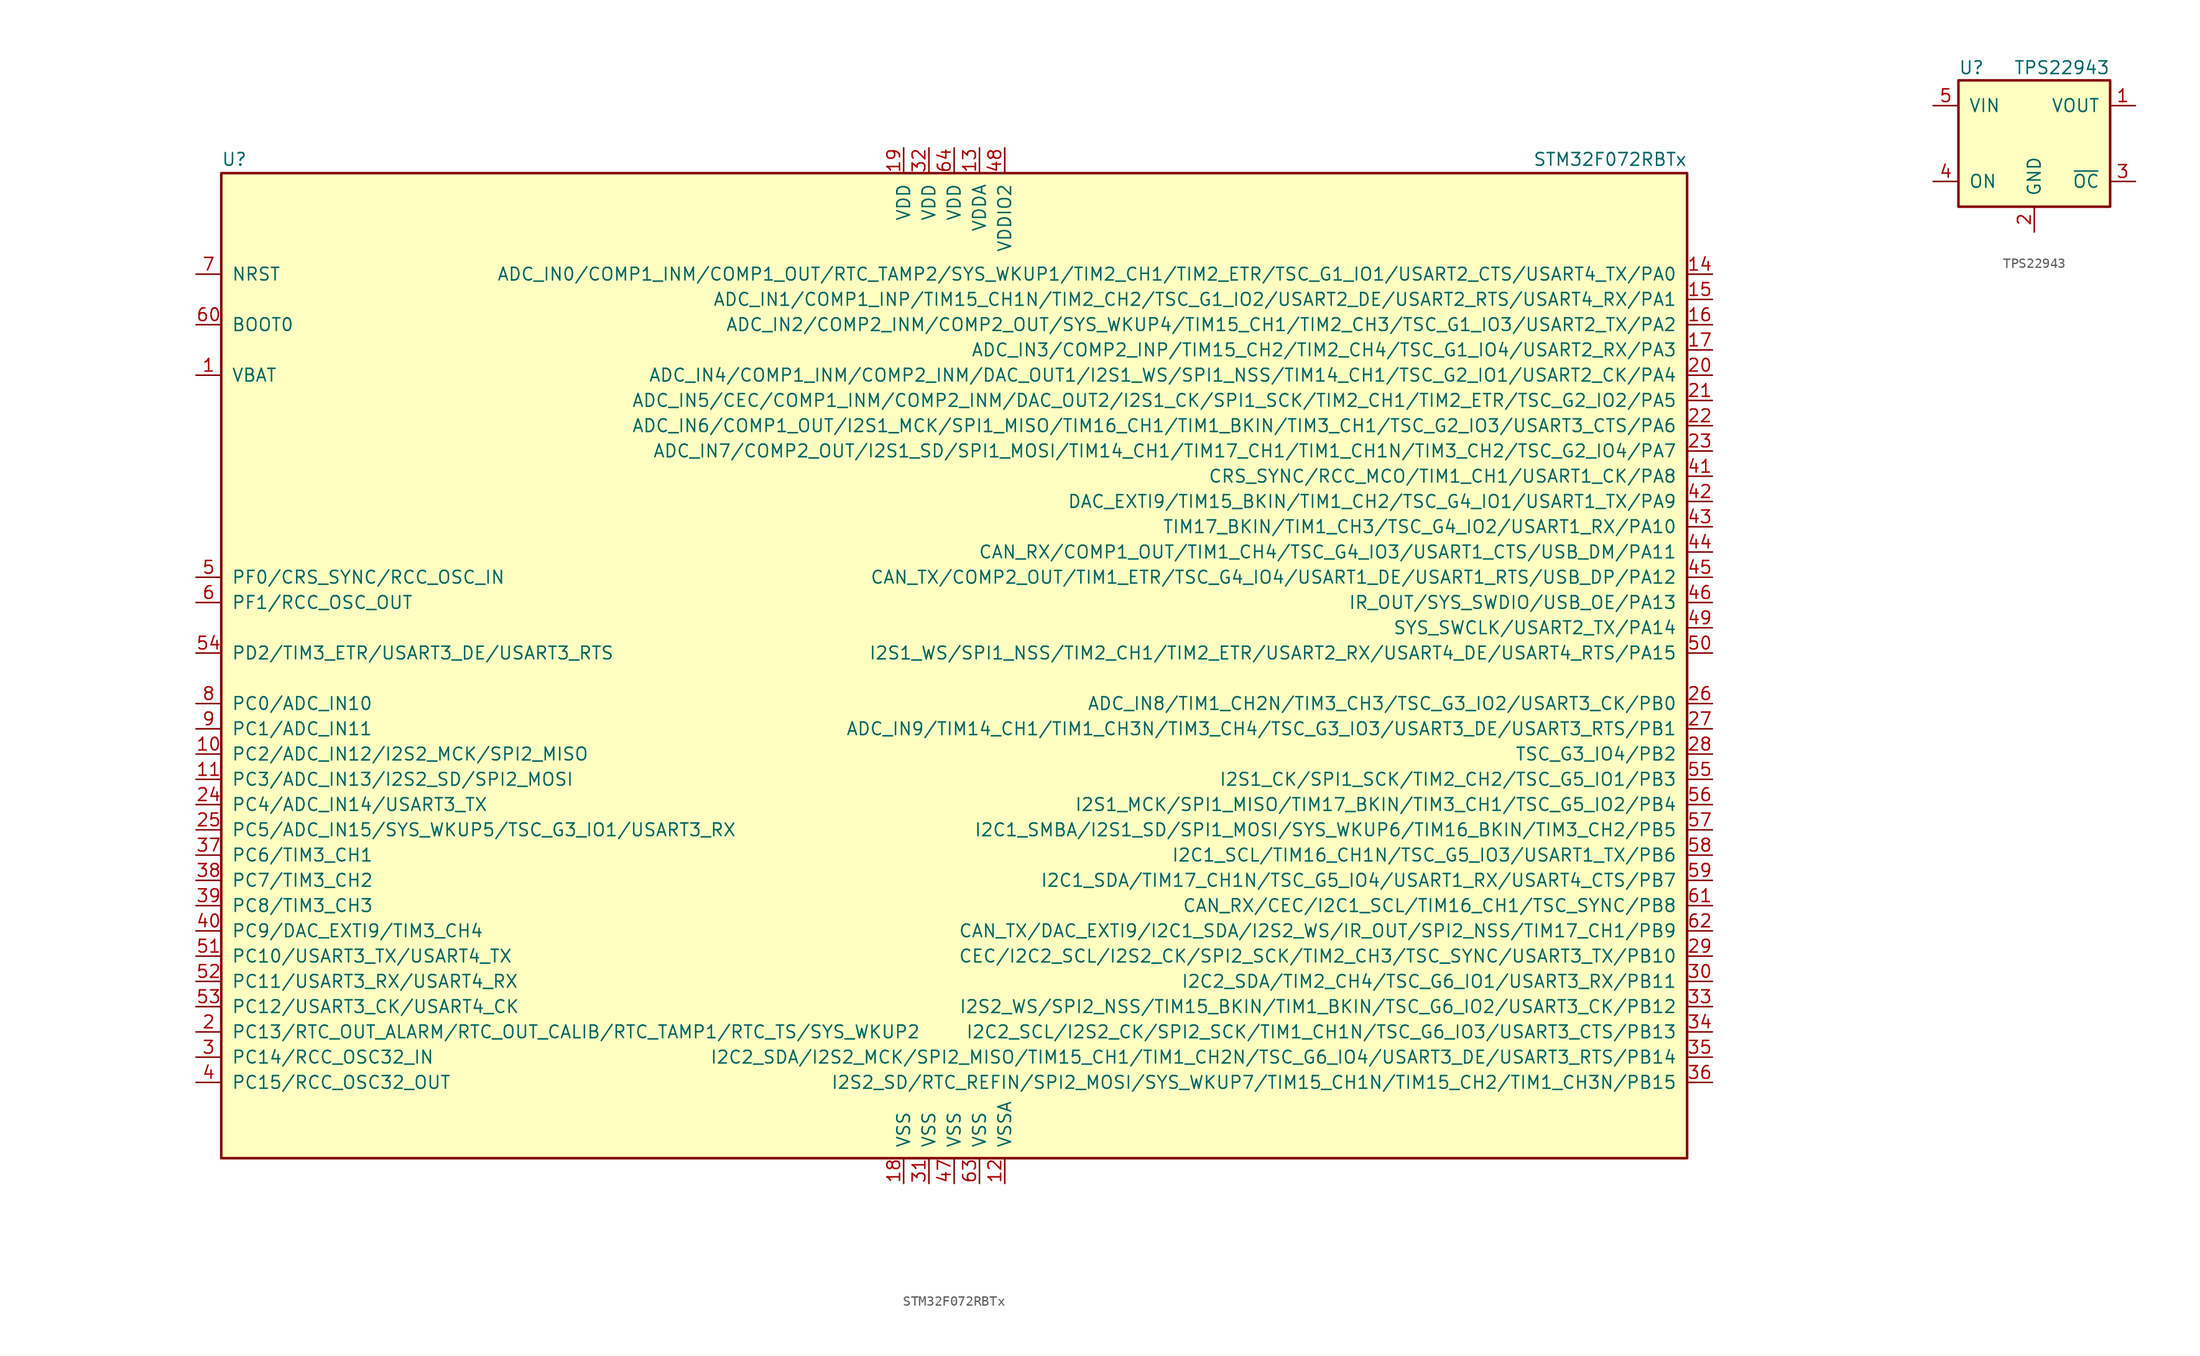
<source format=kicad_sym>
(kicad_symbol_lib
  (version 20231120)
  (generator "kicad_symbol_editor")
  (generator_version "8.0")
  (symbol "STM32F072RBTx"
    (pin_names
      (offset 1.016))
    (property "Reference" "U"
      (at -73.66 51.435 0)
      (effects (font (size 1.27 1.27)) (justify left bottom)))
    (property "Value" "STM32F072RBTx"
      (at 73.66 51.435 0)
      (effects (font (size 1.27 1.27)) (justify right bottom)))
    (property "ki_locked" ""
      (at 0 0 0)
      (effects (font (size 1.27 1.27))))
    (symbol "STM32F072RBTx_0_1"
      (rectangle (start -73.66 -48.26) (end 73.66 50.8) (stroke (width 0.254) (type solid)) (fill (type background))))
    (symbol "STM32F072RBTx_1_1"
      (pin power_in line (at -76.2 30.48 0) (length 2.54) (name "VBAT" (effects (font (size 1.27 1.27)))) (number "1" (effects (font (size 1.27 1.27)))))
      (pin bidirectional line (at -76.2 -7.62 0) (length 2.54) (name "PC2/ADC_IN12/I2S2_MCK/SPI2_MISO" (effects (font (size 1.27 1.27)))) (number "10" (effects (font (size 1.27 1.27)))))
      (pin bidirectional line (at -76.2 -10.16 0) (length 2.54) (name "PC3/ADC_IN13/I2S2_SD/SPI2_MOSI" (effects (font (size 1.27 1.27)))) (number "11" (effects (font (size 1.27 1.27)))))
      (pin power_in line (at 5.08 -50.8 90) (length 2.54) (name "VSSA" (effects (font (size 1.27 1.27)))) (number "12" (effects (font (size 1.27 1.27)))))
      (pin power_in line (at 2.54 53.34 270) (length 2.54) (name "VDDA" (effects (font (size 1.27 1.27)))) (number "13" (effects (font (size 1.27 1.27)))))
      (pin bidirectional line (at 76.2 40.64 180) (length 2.54) (name "ADC_IN0/COMP1_INM/COMP1_OUT/RTC_TAMP2/SYS_WKUP1/TIM2_CH1/TIM2_ETR/TSC_G1_IO1/USART2_CTS/USART4_TX/PA0" (effects (font (size 1.27 1.27)))) (number "14" (effects (font (size 1.27 1.27)))))
      (pin bidirectional line (at 76.2 38.1 180) (length 2.54) (name "ADC_IN1/COMP1_INP/TIM15_CH1N/TIM2_CH2/TSC_G1_IO2/USART2_DE/USART2_RTS/USART4_RX/PA1" (effects (font (size 1.27 1.27)))) (number "15" (effects (font (size 1.27 1.27)))))
      (pin bidirectional line (at 76.2 35.56 180) (length 2.54) (name "ADC_IN2/COMP2_INM/COMP2_OUT/SYS_WKUP4/TIM15_CH1/TIM2_CH3/TSC_G1_IO3/USART2_TX/PA2" (effects (font (size 1.27 1.27)))) (number "16" (effects (font (size 1.27 1.27)))))
      (pin bidirectional line (at 76.2 33.02 180) (length 2.54) (name "ADC_IN3/COMP2_INP/TIM15_CH2/TIM2_CH4/TSC_G1_IO4/USART2_RX/PA3" (effects (font (size 1.27 1.27)))) (number "17" (effects (font (size 1.27 1.27)))))
      (pin power_in line (at -5.08 -50.8 90) (length 2.54) (name "VSS" (effects (font (size 1.27 1.27)))) (number "18" (effects (font (size 1.27 1.27)))))
      (pin power_in line (at -5.08 53.34 270) (length 2.54) (name "VDD" (effects (font (size 1.27 1.27)))) (number "19" (effects (font (size 1.27 1.27)))))
      (pin bidirectional line (at -76.2 -35.56 0) (length 2.54) (name "PC13/RTC_OUT_ALARM/RTC_OUT_CALIB/RTC_TAMP1/RTC_TS/SYS_WKUP2" (effects (font (size 1.27 1.27)))) (number "2" (effects (font (size 1.27 1.27)))))
      (pin bidirectional line (at 76.2 30.48 180) (length 2.54) (name "ADC_IN4/COMP1_INM/COMP2_INM/DAC_OUT1/I2S1_WS/SPI1_NSS/TIM14_CH1/TSC_G2_IO1/USART2_CK/PA4" (effects (font (size 1.27 1.27)))) (number "20" (effects (font (size 1.27 1.27)))))
      (pin bidirectional line (at 76.2 27.94 180) (length 2.54) (name "ADC_IN5/CEC/COMP1_INM/COMP2_INM/DAC_OUT2/I2S1_CK/SPI1_SCK/TIM2_CH1/TIM2_ETR/TSC_G2_IO2/PA5" (effects (font (size 1.27 1.27)))) (number "21" (effects (font (size 1.27 1.27)))))
      (pin bidirectional line (at 76.2 25.4 180) (length 2.54) (name "ADC_IN6/COMP1_OUT/I2S1_MCK/SPI1_MISO/TIM16_CH1/TIM1_BKIN/TIM3_CH1/TSC_G2_IO3/USART3_CTS/PA6" (effects (font (size 1.27 1.27)))) (number "22" (effects (font (size 1.27 1.27)))))
      (pin bidirectional line (at 76.2 22.86 180) (length 2.54) (name "ADC_IN7/COMP2_OUT/I2S1_SD/SPI1_MOSI/TIM14_CH1/TIM17_CH1/TIM1_CH1N/TIM3_CH2/TSC_G2_IO4/PA7" (effects (font (size 1.27 1.27)))) (number "23" (effects (font (size 1.27 1.27)))))
      (pin bidirectional line (at -76.2 -12.7 0) (length 2.54) (name "PC4/ADC_IN14/USART3_TX" (effects (font (size 1.27 1.27)))) (number "24" (effects (font (size 1.27 1.27)))))
      (pin bidirectional line (at -76.2 -15.24 0) (length 2.54) (name "PC5/ADC_IN15/SYS_WKUP5/TSC_G3_IO1/USART3_RX" (effects (font (size 1.27 1.27)))) (number "25" (effects (font (size 1.27 1.27)))))
      (pin bidirectional line (at 76.2 -2.54 180) (length 2.54) (name "ADC_IN8/TIM1_CH2N/TIM3_CH3/TSC_G3_IO2/USART3_CK/PB0" (effects (font (size 1.27 1.27)))) (number "26" (effects (font (size 1.27 1.27)))))
      (pin bidirectional line (at 76.2 -5.08 180) (length 2.54) (name "ADC_IN9/TIM14_CH1/TIM1_CH3N/TIM3_CH4/TSC_G3_IO3/USART3_DE/USART3_RTS/PB1" (effects (font (size 1.27 1.27)))) (number "27" (effects (font (size 1.27 1.27)))))
      (pin bidirectional line (at 76.2 -7.62 180) (length 2.54) (name "TSC_G3_IO4/PB2" (effects (font (size 1.27 1.27)))) (number "28" (effects (font (size 1.27 1.27)))))
      (pin bidirectional line (at 76.2 -27.94 180) (length 2.54) (name "CEC/I2C2_SCL/I2S2_CK/SPI2_SCK/TIM2_CH3/TSC_SYNC/USART3_TX/PB10" (effects (font (size 1.27 1.27)))) (number "29" (effects (font (size 1.27 1.27)))))
      (pin bidirectional line (at -76.2 -38.1 0) (length 2.54) (name "PC14/RCC_OSC32_IN" (effects (font (size 1.27 1.27)))) (number "3" (effects (font (size 1.27 1.27)))))
      (pin bidirectional line (at 76.2 -30.48 180) (length 2.54) (name "I2C2_SDA/TIM2_CH4/TSC_G6_IO1/USART3_RX/PB11" (effects (font (size 1.27 1.27)))) (number "30" (effects (font (size 1.27 1.27)))))
      (pin power_in line (at -2.54 -50.8 90) (length 2.54) (name "VSS" (effects (font (size 1.27 1.27)))) (number "31" (effects (font (size 1.27 1.27)))))
      (pin power_in line (at -2.54 53.34 270) (length 2.54) (name "VDD" (effects (font (size 1.27 1.27)))) (number "32" (effects (font (size 1.27 1.27)))))
      (pin bidirectional line (at 76.2 -33.02 180) (length 2.54) (name "I2S2_WS/SPI2_NSS/TIM15_BKIN/TIM1_BKIN/TSC_G6_IO2/USART3_CK/PB12" (effects (font (size 1.27 1.27)))) (number "33" (effects (font (size 1.27 1.27)))))
      (pin bidirectional line (at 76.2 -35.56 180) (length 2.54) (name "I2C2_SCL/I2S2_CK/SPI2_SCK/TIM1_CH1N/TSC_G6_IO3/USART3_CTS/PB13" (effects (font (size 1.27 1.27)))) (number "34" (effects (font (size 1.27 1.27)))))
      (pin bidirectional line (at 76.2 -38.1 180) (length 2.54) (name "I2C2_SDA/I2S2_MCK/SPI2_MISO/TIM15_CH1/TIM1_CH2N/TSC_G6_IO4/USART3_DE/USART3_RTS/PB14" (effects (font (size 1.27 1.27)))) (number "35" (effects (font (size 1.27 1.27)))))
      (pin bidirectional line (at 76.2 -40.64 180) (length 2.54) (name "I2S2_SD/RTC_REFIN/SPI2_MOSI/SYS_WKUP7/TIM15_CH1N/TIM15_CH2/TIM1_CH3N/PB15" (effects (font (size 1.27 1.27)))) (number "36" (effects (font (size 1.27 1.27)))))
      (pin bidirectional line (at -76.2 -17.78 0) (length 2.54) (name "PC6/TIM3_CH1" (effects (font (size 1.27 1.27)))) (number "37" (effects (font (size 1.27 1.27)))))
      (pin bidirectional line (at -76.2 -20.32 0) (length 2.54) (name "PC7/TIM3_CH2" (effects (font (size 1.27 1.27)))) (number "38" (effects (font (size 1.27 1.27)))))
      (pin bidirectional line (at -76.2 -22.86 0) (length 2.54) (name "PC8/TIM3_CH3" (effects (font (size 1.27 1.27)))) (number "39" (effects (font (size 1.27 1.27)))))
      (pin bidirectional line (at -76.2 -40.64 0) (length 2.54) (name "PC15/RCC_OSC32_OUT" (effects (font (size 1.27 1.27)))) (number "4" (effects (font (size 1.27 1.27)))))
      (pin bidirectional line (at -76.2 -25.4 0) (length 2.54) (name "PC9/DAC_EXTI9/TIM3_CH4" (effects (font (size 1.27 1.27)))) (number "40" (effects (font (size 1.27 1.27)))))
      (pin bidirectional line (at 76.2 20.32 180) (length 2.54) (name "CRS_SYNC/RCC_MCO/TIM1_CH1/USART1_CK/PA8" (effects (font (size 1.27 1.27)))) (number "41" (effects (font (size 1.27 1.27)))))
      (pin bidirectional line (at 76.2 17.78 180) (length 2.54) (name "DAC_EXTI9/TIM15_BKIN/TIM1_CH2/TSC_G4_IO1/USART1_TX/PA9" (effects (font (size 1.27 1.27)))) (number "42" (effects (font (size 1.27 1.27)))))
      (pin bidirectional line (at 76.2 15.24 180) (length 2.54) (name "TIM17_BKIN/TIM1_CH3/TSC_G4_IO2/USART1_RX/PA10" (effects (font (size 1.27 1.27)))) (number "43" (effects (font (size 1.27 1.27)))))
      (pin bidirectional line (at 76.2 12.7 180) (length 2.54) (name "CAN_RX/COMP1_OUT/TIM1_CH4/TSC_G4_IO3/USART1_CTS/USB_DM/PA11" (effects (font (size 1.27 1.27)))) (number "44" (effects (font (size 1.27 1.27)))))
      (pin bidirectional line (at 76.2 10.16 180) (length 2.54) (name "CAN_TX/COMP2_OUT/TIM1_ETR/TSC_G4_IO4/USART1_DE/USART1_RTS/USB_DP/PA12" (effects (font (size 1.27 1.27)))) (number "45" (effects (font (size 1.27 1.27)))))
      (pin bidirectional line (at 76.2 7.62 180) (length 2.54) (name "IR_OUT/SYS_SWDIO/USB_OE/PA13" (effects (font (size 1.27 1.27)))) (number "46" (effects (font (size 1.27 1.27)))))
      (pin power_in line (at 0 -50.8 90) (length 2.54) (name "VSS" (effects (font (size 1.27 1.27)))) (number "47" (effects (font (size 1.27 1.27)))))
      (pin power_in line (at 5.08 53.34 270) (length 2.54) (name "VDDIO2" (effects (font (size 1.27 1.27)))) (number "48" (effects (font (size 1.27 1.27)))))
      (pin bidirectional line (at 76.2 5.08 180) (length 2.54) (name "SYS_SWCLK/USART2_TX/PA14" (effects (font (size 1.27 1.27)))) (number "49" (effects (font (size 1.27 1.27)))))
      (pin input line (at -76.2 10.16 0) (length 2.54) (name "PF0/CRS_SYNC/RCC_OSC_IN" (effects (font (size 1.27 1.27)))) (number "5" (effects (font (size 1.27 1.27)))))
      (pin bidirectional line (at 76.2 2.54 180) (length 2.54) (name "I2S1_WS/SPI1_NSS/TIM2_CH1/TIM2_ETR/USART2_RX/USART4_DE/USART4_RTS/PA15" (effects (font (size 1.27 1.27)))) (number "50" (effects (font (size 1.27 1.27)))))
      (pin bidirectional line (at -76.2 -27.94 0) (length 2.54) (name "PC10/USART3_TX/USART4_TX" (effects (font (size 1.27 1.27)))) (number "51" (effects (font (size 1.27 1.27)))))
      (pin bidirectional line (at -76.2 -30.48 0) (length 2.54) (name "PC11/USART3_RX/USART4_RX" (effects (font (size 1.27 1.27)))) (number "52" (effects (font (size 1.27 1.27)))))
      (pin bidirectional line (at -76.2 -33.02 0) (length 2.54) (name "PC12/USART3_CK/USART4_CK" (effects (font (size 1.27 1.27)))) (number "53" (effects (font (size 1.27 1.27)))))
      (pin bidirectional line (at -76.2 2.54 0) (length 2.54) (name "PD2/TIM3_ETR/USART3_DE/USART3_RTS" (effects (font (size 1.27 1.27)))) (number "54" (effects (font (size 1.27 1.27)))))
      (pin bidirectional line (at 76.2 -10.16 180) (length 2.54) (name "I2S1_CK/SPI1_SCK/TIM2_CH2/TSC_G5_IO1/PB3" (effects (font (size 1.27 1.27)))) (number "55" (effects (font (size 1.27 1.27)))))
      (pin bidirectional line (at 76.2 -12.7 180) (length 2.54) (name "I2S1_MCK/SPI1_MISO/TIM17_BKIN/TIM3_CH1/TSC_G5_IO2/PB4" (effects (font (size 1.27 1.27)))) (number "56" (effects (font (size 1.27 1.27)))))
      (pin bidirectional line (at 76.2 -15.24 180) (length 2.54) (name "I2C1_SMBA/I2S1_SD/SPI1_MOSI/SYS_WKUP6/TIM16_BKIN/TIM3_CH2/PB5" (effects (font (size 1.27 1.27)))) (number "57" (effects (font (size 1.27 1.27)))))
      (pin bidirectional line (at 76.2 -17.78 180) (length 2.54) (name "I2C1_SCL/TIM16_CH1N/TSC_G5_IO3/USART1_TX/PB6" (effects (font (size 1.27 1.27)))) (number "58" (effects (font (size 1.27 1.27)))))
      (pin bidirectional line (at 76.2 -20.32 180) (length 2.54) (name "I2C1_SDA/TIM17_CH1N/TSC_G5_IO4/USART1_RX/USART4_CTS/PB7" (effects (font (size 1.27 1.27)))) (number "59" (effects (font (size 1.27 1.27)))))
      (pin input line (at -76.2 7.62 0) (length 2.54) (name "PF1/RCC_OSC_OUT" (effects (font (size 1.27 1.27)))) (number "6" (effects (font (size 1.27 1.27)))))
      (pin input line (at -76.2 35.56 0) (length 2.54) (name "BOOT0" (effects (font (size 1.27 1.27)))) (number "60" (effects (font (size 1.27 1.27)))))
      (pin bidirectional line (at 76.2 -22.86 180) (length 2.54) (name "CAN_RX/CEC/I2C1_SCL/TIM16_CH1/TSC_SYNC/PB8" (effects (font (size 1.27 1.27)))) (number "61" (effects (font (size 1.27 1.27)))))
      (pin bidirectional line (at 76.2 -25.4 180) (length 2.54) (name "CAN_TX/DAC_EXTI9/I2C1_SDA/I2S2_WS/IR_OUT/SPI2_NSS/TIM17_CH1/PB9" (effects (font (size 1.27 1.27)))) (number "62" (effects (font (size 1.27 1.27)))))
      (pin power_in line (at 2.54 -50.8 90) (length 2.54) (name "VSS" (effects (font (size 1.27 1.27)))) (number "63" (effects (font (size 1.27 1.27)))))
      (pin power_in line (at 0 53.34 270) (length 2.54) (name "VDD" (effects (font (size 1.27 1.27)))) (number "64" (effects (font (size 1.27 1.27)))))
      (pin input line (at -76.2 40.64 0) (length 2.54) (name "NRST" (effects (font (size 1.27 1.27)))) (number "7" (effects (font (size 1.27 1.27)))))
      (pin bidirectional line (at -76.2 -2.54 0) (length 2.54) (name "PC0/ADC_IN10" (effects (font (size 1.27 1.27)))) (number "8" (effects (font (size 1.27 1.27)))))
      (pin bidirectional line (at -76.2 -5.08 0) (length 2.54) (name "PC1/ADC_IN11" (effects (font (size 1.27 1.27)))) (number "9" (effects (font (size 1.27 1.27)))))))
  (symbol "TPS22943"
    (pin_names
      (offset 1.016))
    (property "Reference" "U"
      (at -7.62 8.89 0)
      (effects (font (size 1.27 1.27)) (justify left)))
    (property "Value" "TPS22943"
      (at 7.62 8.89 0)
      (effects (font (size 1.27 1.27)) (justify right)))
    (symbol "TPS22943_0_1"
      (rectangle (start -7.62 7.62) (end 7.62 -5.08) (stroke (width 0.254) (type solid)) (fill (type background))))
    (symbol "TPS22943_1_1"
      (pin power_out line (at 10.16 5.08 180) (length 2.54) (name "VOUT" (effects (font (size 1.27 1.27)))) (number "1" (effects (font (size 1.27 1.27)))))
      (pin power_in line (at 0 -7.62 90) (length 2.54) (name "GND" (effects (font (size 1.27 1.27)))) (number "2" (effects (font (size 1.27 1.27)))))
      (pin output line (at 10.16 -2.54 180) (length 2.54) (name "~{OC}" (effects (font (size 1.27 1.27)))) (number "3" (effects (font (size 1.27 1.27)))))
      (pin input line (at -10.16 -2.54 0) (length 2.54) (name "ON" (effects (font (size 1.27 1.27)))) (number "4" (effects (font (size 1.27 1.27)))))
      (pin power_in line (at -10.16 5.08 0) (length 2.54) (name "VIN" (effects (font (size 1.27 1.27)))) (number "5" (effects (font (size 1.27 1.27))))))))
</source>
